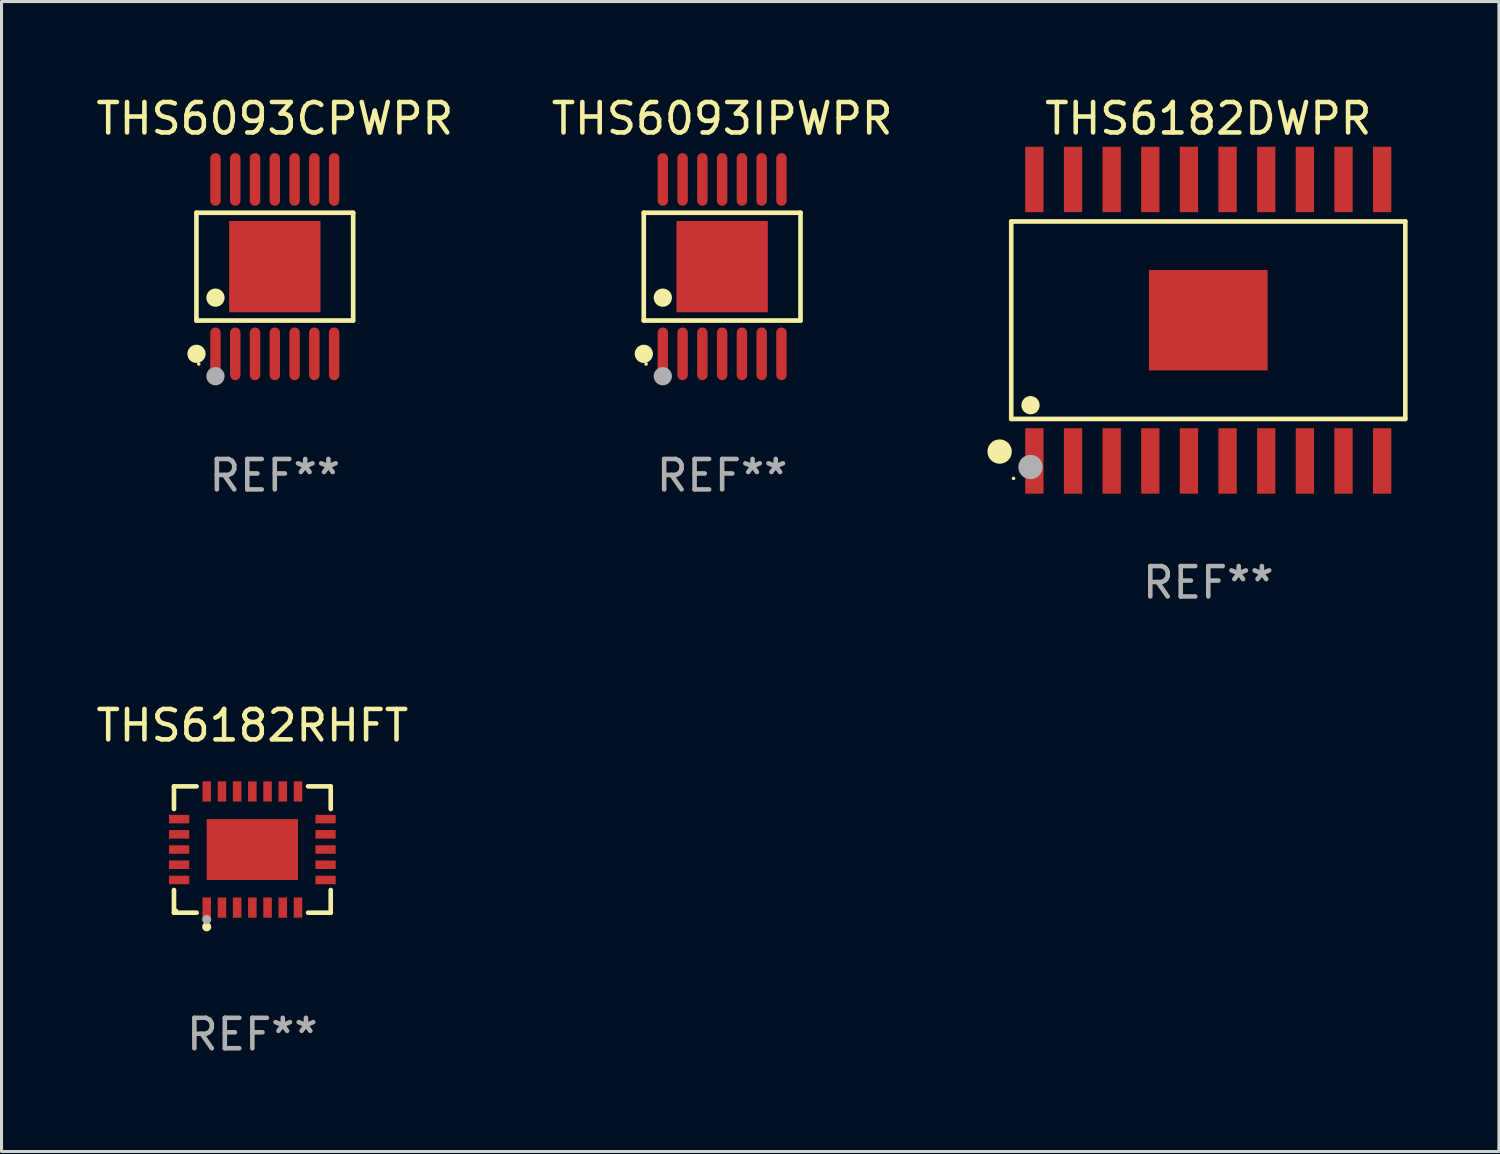
<source format=kicad_pcb>
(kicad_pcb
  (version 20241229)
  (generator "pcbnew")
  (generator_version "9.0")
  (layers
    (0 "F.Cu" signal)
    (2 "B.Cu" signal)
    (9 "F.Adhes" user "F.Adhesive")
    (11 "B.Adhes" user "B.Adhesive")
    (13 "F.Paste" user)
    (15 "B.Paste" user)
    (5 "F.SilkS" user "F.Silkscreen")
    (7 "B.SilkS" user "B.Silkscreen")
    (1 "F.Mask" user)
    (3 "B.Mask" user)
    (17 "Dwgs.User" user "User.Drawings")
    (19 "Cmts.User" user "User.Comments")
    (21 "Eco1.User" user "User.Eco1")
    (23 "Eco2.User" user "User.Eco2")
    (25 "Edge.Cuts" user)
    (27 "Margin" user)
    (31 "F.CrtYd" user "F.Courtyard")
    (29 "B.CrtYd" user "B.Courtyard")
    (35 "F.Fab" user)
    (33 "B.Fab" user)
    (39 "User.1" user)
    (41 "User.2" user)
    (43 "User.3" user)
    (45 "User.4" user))
  (footprint "THS6182RHFT"
    (layer "F.Cu")
    (at 5.244 24.872)
    (property "Reference" "THS6182RHFT" (at 0 -4.076 0) (layer "F.SilkS") (effects (font (size 1 1) (thickness 0.15))))
    (attr through_hole)
    (fp_line (start -2.576 -2.076) (end -1.831 -2.076) (stroke (width 0.152) (type solid)) (layer "F.SilkS"))
    (fp_line (start -2.576 -1.331) (end -2.576 -2.076) (stroke (width 0.152) (type solid)) (layer "F.SilkS"))
    (fp_line (start -2.576 1.331) (end -2.576 2.076) (stroke (width 0.152) (type solid)) (layer "F.SilkS"))
    (fp_line (start -2.576 2.076) (end -1.831 2.076) (stroke (width 0.152) (type solid)) (layer "F.SilkS"))
    (fp_line (start 2.576 -2.076) (end 1.831 -2.076) (stroke (width 0.152) (type solid)) (layer "F.SilkS"))
    (fp_line (start 2.576 -1.331) (end 2.576 -2.076) (stroke (width 0.152) (type solid)) (layer "F.SilkS"))
    (fp_line (start 2.576 1.331) (end 2.576 2.076) (stroke (width 0.152) (type solid)) (layer "F.SilkS"))
    (fp_line (start 2.576 2.076) (end 1.831 2.076) (stroke (width 0.152) (type solid)) (layer "F.SilkS"))
    (fp_circle (center -2.5 2) (end -2.47 2) (stroke (width 0.06) (type solid)) (fill no) (layer "F.SilkS"))
    (fp_circle (center -1.5 2.54) (end -1.425 2.54) (stroke (width 0.15) (type solid)) (fill no) (layer "F.SilkS"))
    (fp_circle (center -1.5 2.3) (end -1.425 2.3) (stroke (width 0.15) (type solid)) (fill no) (layer "F.Fab"))
    (fp_text user "REF**" (at 0 6.076 0) (layer "F.Fab") (effects (font (size 1 1) (thickness 0.15))))
    (pad "1" smd rect (at -1.5 1.908) (size 0.28 0.665) (layers "F.Cu" "F.Mask" "F.Paste"))
    (pad "2" smd rect (at -1 1.908) (size 0.28 0.665) (layers "F.Cu" "F.Mask" "F.Paste"))
    (pad "3" smd rect (at -0.5 1.908) (size 0.28 0.665) (layers "F.Cu" "F.Mask" "F.Paste"))
    (pad "4" smd rect (at 0 1.908) (size 0.28 0.665) (layers "F.Cu" "F.Mask" "F.Paste"))
    (pad "5" smd rect (at 0.5 1.908) (size 0.28 0.665) (layers "F.Cu" "F.Mask" "F.Paste"))
    (pad "6" smd rect (at 1 1.908) (size 0.28 0.665) (layers "F.Cu" "F.Mask" "F.Paste"))
    (pad "7" smd rect (at 1.5 1.908) (size 0.28 0.665) (layers "F.Cu" "F.Mask" "F.Paste"))
    (pad "8" smd rect (at 2.407 1) (size 0.665 0.28) (layers "F.Cu" "F.Mask" "F.Paste"))
    (pad "9" smd rect (at 2.407 0.5) (size 0.665 0.28) (layers "F.Cu" "F.Mask" "F.Paste"))
    (pad "10" smd rect (at 2.407 0) (size 0.665 0.28) (layers "F.Cu" "F.Mask" "F.Paste"))
    (pad "11" smd rect (at 2.407 -0.5) (size 0.665 0.28) (layers "F.Cu" "F.Mask" "F.Paste"))
    (pad "12" smd rect (at 2.407 -1) (size 0.665 0.28) (layers "F.Cu" "F.Mask" "F.Paste"))
    (pad "13" smd rect (at 1.5 -1.908) (size 0.28 0.665) (layers "F.Cu" "F.Mask" "F.Paste"))
    (pad "14" smd rect (at 1 -1.908) (size 0.28 0.665) (layers "F.Cu" "F.Mask" "F.Paste"))
    (pad "15" smd rect (at 0.5 -1.908) (size 0.28 0.665) (layers "F.Cu" "F.Mask" "F.Paste"))
    (pad "16" smd rect (at 0 -1.908) (size 0.28 0.665) (layers "F.Cu" "F.Mask" "F.Paste"))
    (pad "17" smd rect (at -0.5 -1.908) (size 0.28 0.665) (layers "F.Cu" "F.Mask" "F.Paste"))
    (pad "18" smd rect (at -1 -1.908) (size 0.28 0.665) (layers "F.Cu" "F.Mask" "F.Paste"))
    (pad "19" smd rect (at -1.5 -1.908) (size 0.28 0.665) (layers "F.Cu" "F.Mask" "F.Paste"))
    (pad "20" smd rect (at -2.407 -1) (size 0.665 0.28) (layers "F.Cu" "F.Mask" "F.Paste"))
    (pad "21" smd rect (at -2.407 -0.5) (size 0.665 0.28) (layers "F.Cu" "F.Mask" "F.Paste"))
    (pad "22" smd rect (at -2.407 0) (size 0.665 0.28) (layers "F.Cu" "F.Mask" "F.Paste"))
    (pad "23" smd rect (at -2.407 0.5) (size 0.665 0.28) (layers "F.Cu" "F.Mask" "F.Paste"))
    (pad "24" smd rect (at -2.407 1) (size 0.665 0.28) (layers "F.Cu" "F.Mask" "F.Paste"))
    (pad "25" smd rect (at 0 0) (size 3 2) (layers "F.Cu" "F.Mask" "F.Paste")))
  (footprint "THS6093CPWPR"
    (layer "F.Cu")
    (at 5.982 5.714)
    (property "Reference" "THS6093CPWPR" (at 0 -4.866 0) (layer "F.SilkS") (effects (font (size 1 1) (thickness 0.15))))
    (attr through_hole)
    (fp_line (start -2.576 -1.772) (end 2.576 -1.772) (stroke (width 0.152) (type solid)) (layer "F.SilkS"))
    (fp_line (start -2.576 1.771) (end -2.576 -1.772) (stroke (width 0.152) (type solid)) (layer "F.SilkS"))
    (fp_line (start 2.576 -1.772) (end 2.576 1.771) (stroke (width 0.152) (type solid)) (layer "F.SilkS"))
    (fp_line (start 2.576 1.771) (end -2.576 1.771) (stroke (width 0.152) (type solid)) (layer "F.SilkS"))
    (fp_circle (center -2.574 2.866) (end -2.424 2.866) (stroke (width 0.3) (type solid)) (fill no) (layer "F.SilkS"))
    (fp_circle (center -2.5 3.2) (end -2.47 3.2) (stroke (width 0.06) (type solid)) (fill no) (layer "F.SilkS"))
    (fp_circle (center -1.95 1.019) (end -1.8 1.019) (stroke (width 0.3) (type solid)) (fill no) (layer "F.SilkS"))
    (fp_circle (center -1.95 3.6) (end -1.8 3.6) (stroke (width 0.3) (type solid)) (fill no) (layer "F.Fab"))
    (fp_text user "REF**" (at 0 6.866 0) (layer "F.Fab") (effects (font (size 1 1) (thickness 0.15))))
    (pad "1" smd oval (at -1.95 2.866) (size 0.343 1.731) (layers "F.Cu" "F.Mask" "F.Paste"))
    (pad "2" smd oval (at -1.3 2.866) (size 0.343 1.731) (layers "F.Cu" "F.Mask" "F.Paste"))
    (pad "3" smd oval (at -0.65 2.866) (size 0.343 1.731) (layers "F.Cu" "F.Mask" "F.Paste"))
    (pad "4" smd oval (at 0 2.866) (size 0.343 1.731) (layers "F.Cu" "F.Mask" "F.Paste"))
    (pad "5" smd oval (at 0.65 2.866) (size 0.343 1.731) (layers "F.Cu" "F.Mask" "F.Paste"))
    (pad "6" smd oval (at 1.3 2.866) (size 0.343 1.731) (layers "F.Cu" "F.Mask" "F.Paste"))
    (pad "7" smd oval (at 1.95 2.866) (size 0.343 1.731) (layers "F.Cu" "F.Mask" "F.Paste"))
    (pad "8" smd oval (at 1.95 -2.866) (size 0.343 1.731) (layers "F.Cu" "F.Mask" "F.Paste"))
    (pad "9" smd oval (at 1.3 -2.866) (size 0.343 1.731) (layers "F.Cu" "F.Mask" "F.Paste"))
    (pad "10" smd oval (at 0.65 -2.866) (size 0.343 1.731) (layers "F.Cu" "F.Mask" "F.Paste"))
    (pad "11" smd oval (at 0 -2.866) (size 0.343 1.731) (layers "F.Cu" "F.Mask" "F.Paste"))
    (pad "12" smd oval (at -0.65 -2.866) (size 0.343 1.731) (layers "F.Cu" "F.Mask" "F.Paste"))
    (pad "13" smd oval (at -1.3 -2.866) (size 0.343 1.731) (layers "F.Cu" "F.Mask" "F.Paste"))
    (pad "14" smd oval (at -1.95 -2.866) (size 0.343 1.731) (layers "F.Cu" "F.Mask" "F.Paste"))
    (pad "15" smd rect (at 0 -0.000127) (size 3 3) (layers "F.Cu" "F.Mask" "F.Paste")))
  (footprint "THS6093IPWPR"
    (layer "F.Cu")
    (at 20.685 5.714)
    (property "Reference" "THS6093IPWPR" (at 0 -4.866 0) (layer "F.SilkS") (effects (font (size 1 1) (thickness 0.15))))
    (attr through_hole)
    (fp_line (start -2.576 -1.772) (end 2.576 -1.772) (stroke (width 0.152) (type solid)) (layer "F.SilkS"))
    (fp_line (start -2.576 1.771) (end -2.576 -1.772) (stroke (width 0.152) (type solid)) (layer "F.SilkS"))
    (fp_line (start 2.576 -1.772) (end 2.576 1.771) (stroke (width 0.152) (type solid)) (layer "F.SilkS"))
    (fp_line (start 2.576 1.771) (end -2.576 1.771) (stroke (width 0.152) (type solid)) (layer "F.SilkS"))
    (fp_circle (center -2.574 2.866) (end -2.424 2.866) (stroke (width 0.3) (type solid)) (fill no) (layer "F.SilkS"))
    (fp_circle (center -2.5 3.2) (end -2.47 3.2) (stroke (width 0.06) (type solid)) (fill no) (layer "F.SilkS"))
    (fp_circle (center -1.95 1.019) (end -1.8 1.019) (stroke (width 0.3) (type solid)) (fill no) (layer "F.SilkS"))
    (fp_circle (center -1.95 3.6) (end -1.8 3.6) (stroke (width 0.3) (type solid)) (fill no) (layer "F.Fab"))
    (fp_text user "REF**" (at 0 6.866 0) (layer "F.Fab") (effects (font (size 1 1) (thickness 0.15))))
    (pad "1" smd oval (at -1.95 2.866) (size 0.343 1.731) (layers "F.Cu" "F.Mask" "F.Paste"))
    (pad "2" smd oval (at -1.3 2.866) (size 0.343 1.731) (layers "F.Cu" "F.Mask" "F.Paste"))
    (pad "3" smd oval (at -0.65 2.866) (size 0.343 1.731) (layers "F.Cu" "F.Mask" "F.Paste"))
    (pad "4" smd oval (at 0 2.866) (size 0.343 1.731) (layers "F.Cu" "F.Mask" "F.Paste"))
    (pad "5" smd oval (at 0.65 2.866) (size 0.343 1.731) (layers "F.Cu" "F.Mask" "F.Paste"))
    (pad "6" smd oval (at 1.3 2.866) (size 0.343 1.731) (layers "F.Cu" "F.Mask" "F.Paste"))
    (pad "7" smd oval (at 1.95 2.866) (size 0.343 1.731) (layers "F.Cu" "F.Mask" "F.Paste"))
    (pad "8" smd oval (at 1.95 -2.866) (size 0.343 1.731) (layers "F.Cu" "F.Mask" "F.Paste"))
    (pad "9" smd oval (at 1.3 -2.866) (size 0.343 1.731) (layers "F.Cu" "F.Mask" "F.Paste"))
    (pad "10" smd oval (at 0.65 -2.866) (size 0.343 1.731) (layers "F.Cu" "F.Mask" "F.Paste"))
    (pad "11" smd oval (at 0 -2.866) (size 0.343 1.731) (layers "F.Cu" "F.Mask" "F.Paste"))
    (pad "12" smd oval (at -0.65 -2.866) (size 0.343 1.731) (layers "F.Cu" "F.Mask" "F.Paste"))
    (pad "13" smd oval (at -1.3 -2.866) (size 0.343 1.731) (layers "F.Cu" "F.Mask" "F.Paste"))
    (pad "14" smd oval (at -1.95 -2.866) (size 0.343 1.731) (layers "F.Cu" "F.Mask" "F.Paste"))
    (pad "15" smd rect (at 0 -0.000127) (size 3 3) (layers "F.Cu" "F.Mask" "F.Paste")))
  (footprint "THS6182DWPR"
    (layer "F.Cu")
    (at 36.663 7.474)
    (property "Reference" "THS6182DWPR" (at 0 -6.626 0) (layer "F.SilkS") (effects (font (size 1 1) (thickness 0.15))))
    (attr through_hole)
    (fp_line (start -6.476 -3.245) (end 6.476 -3.245) (stroke (width 0.152) (type solid)) (layer "F.SilkS"))
    (fp_line (start -6.476 3.245) (end -6.476 -3.245) (stroke (width 0.152) (type solid)) (layer "F.SilkS"))
    (fp_line (start 6.476 -3.245) (end 6.476 3.245) (stroke (width 0.152) (type solid)) (layer "F.SilkS"))
    (fp_line (start 6.476 3.245) (end -6.476 3.245) (stroke (width 0.152) (type solid)) (layer "F.SilkS"))
    (fp_circle (center -6.858 4.318) (end -6.658 4.318) (stroke (width 0.4) (type solid)) (fill no) (layer "F.SilkS"))
    (fp_circle (center -6.4 5.2) (end -6.37 5.2) (stroke (width 0.06) (type solid)) (fill no) (layer "F.SilkS"))
    (fp_circle (center -5.842 2.794) (end -5.692 2.794) (stroke (width 0.3) (type solid)) (fill no) (layer "F.SilkS"))
    (fp_circle (center -5.842 4.826) (end -5.642 4.826) (stroke (width 0.4) (type solid)) (fill no) (layer "F.Fab"))
    (fp_text user "REF**" (at 0 8.626 0) (layer "F.Fab") (effects (font (size 1 1) (thickness 0.15))))
    (pad "1" smd rect (at -5.715 4.626) (size 0.602 2.151) (layers "F.Cu" "F.Mask" "F.Paste"))
    (pad "2" smd rect (at -4.445 4.626) (size 0.602 2.151) (layers "F.Cu" "F.Mask" "F.Paste"))
    (pad "3" smd rect (at -3.175 4.626) (size 0.602 2.151) (layers "F.Cu" "F.Mask" "F.Paste"))
    (pad "4" smd rect (at -1.905 4.626) (size 0.602 2.151) (layers "F.Cu" "F.Mask" "F.Paste"))
    (pad "5" smd rect (at -0.635 4.626) (size 0.602 2.151) (layers "F.Cu" "F.Mask" "F.Paste"))
    (pad "6" smd rect (at 0.635 4.626) (size 0.602 2.151) (layers "F.Cu" "F.Mask" "F.Paste"))
    (pad "7" smd rect (at 1.905 4.626) (size 0.602 2.151) (layers "F.Cu" "F.Mask" "F.Paste"))
    (pad "8" smd rect (at 3.175 4.626) (size 0.602 2.151) (layers "F.Cu" "F.Mask" "F.Paste"))
    (pad "9" smd rect (at 4.445 4.626) (size 0.602 2.151) (layers "F.Cu" "F.Mask" "F.Paste"))
    (pad "10" smd rect (at 5.715 4.626) (size 0.602 2.151) (layers "F.Cu" "F.Mask" "F.Paste"))
    (pad "11" smd rect (at 5.715 -4.626) (size 0.602 2.151) (layers "F.Cu" "F.Mask" "F.Paste"))
    (pad "12" smd rect (at 4.445 -4.626) (size 0.602 2.151) (layers "F.Cu" "F.Mask" "F.Paste"))
    (pad "13" smd rect (at 3.175 -4.626) (size 0.602 2.151) (layers "F.Cu" "F.Mask" "F.Paste"))
    (pad "14" smd rect (at 1.905 -4.626) (size 0.602 2.151) (layers "F.Cu" "F.Mask" "F.Paste"))
    (pad "15" smd rect (at 0.635 -4.626) (size 0.602 2.151) (layers "F.Cu" "F.Mask" "F.Paste"))
    (pad "16" smd rect (at -0.635 -4.626) (size 0.602 2.151) (layers "F.Cu" "F.Mask" "F.Paste"))
    (pad "17" smd rect (at -1.905 -4.626) (size 0.602 2.151) (layers "F.Cu" "F.Mask" "F.Paste"))
    (pad "18" smd rect (at -3.175 -4.626) (size 0.602 2.151) (layers "F.Cu" "F.Mask" "F.Paste"))
    (pad "19" smd rect (at -4.445 -4.626) (size 0.602 2.151) (layers "F.Cu" "F.Mask" "F.Paste"))
    (pad "20" smd rect (at -5.715 -4.626) (size 0.602 2.151) (layers "F.Cu" "F.Mask" "F.Paste"))
    (pad "21" smd rect (at 0 0 90) (size 3.3 3.9) (layers "F.Cu" "F.Mask" "F.Paste")))
  (gr_rect
    (start -3 -3)
    (end 46.215 34.797)
    (stroke (width 0.1) (type default))
    (fill no)
    (layer "Edge.Cuts")))
</source>
